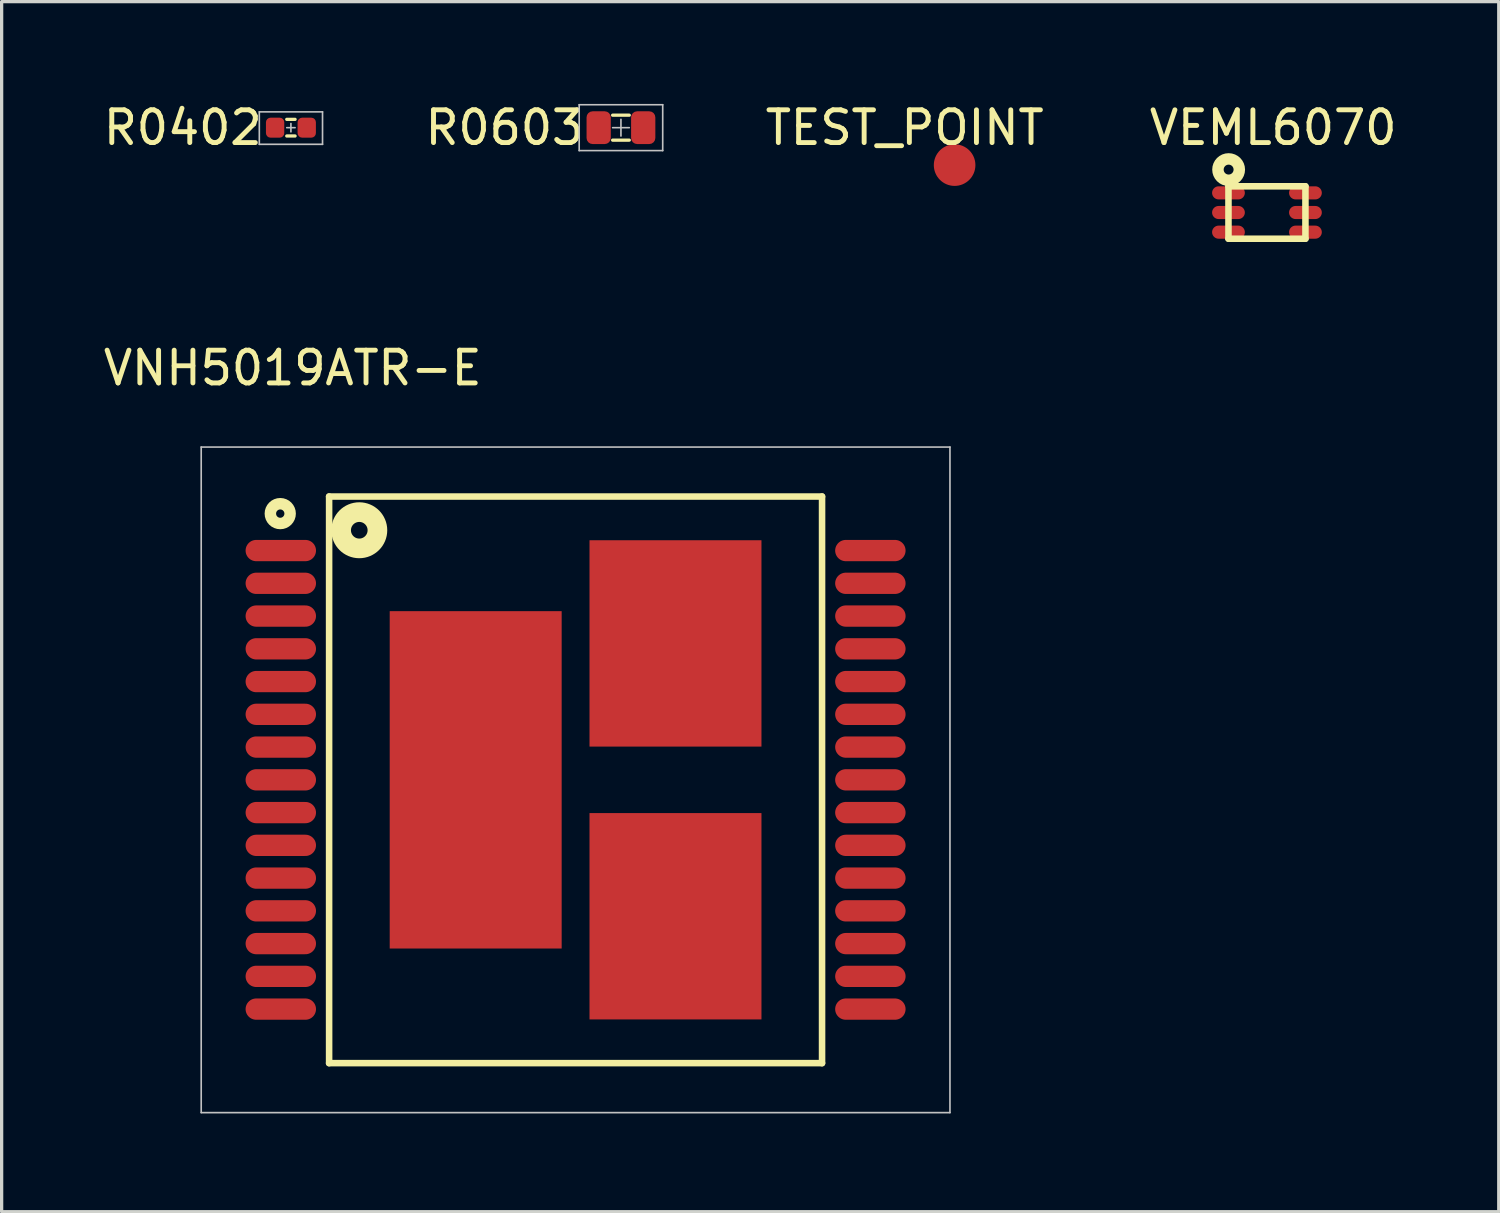
<source format=kicad_pcb>
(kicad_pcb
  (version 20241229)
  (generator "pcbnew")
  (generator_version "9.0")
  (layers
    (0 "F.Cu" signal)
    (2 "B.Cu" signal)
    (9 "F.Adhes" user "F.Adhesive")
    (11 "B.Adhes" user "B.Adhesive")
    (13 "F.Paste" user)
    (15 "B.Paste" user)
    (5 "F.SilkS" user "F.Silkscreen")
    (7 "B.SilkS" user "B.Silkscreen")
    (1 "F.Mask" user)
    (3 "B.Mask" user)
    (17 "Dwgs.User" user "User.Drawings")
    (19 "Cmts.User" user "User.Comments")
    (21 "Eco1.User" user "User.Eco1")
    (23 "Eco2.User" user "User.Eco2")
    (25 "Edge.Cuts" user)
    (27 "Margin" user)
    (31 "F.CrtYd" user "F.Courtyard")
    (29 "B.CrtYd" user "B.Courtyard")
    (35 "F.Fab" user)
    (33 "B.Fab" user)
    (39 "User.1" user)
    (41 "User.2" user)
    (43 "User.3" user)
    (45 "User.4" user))
  (footprint "VEML6070"
    (layer "F.Cu")
    (at 35.631 3.438)
    (property "Reference" "VEML6070" (at 0.19 -2.59 0) (layer "F.SilkS") (effects (font (size 1 1) (thickness 0.15))))
    (attr through_hole)
    (fp_line (start -1.175 -0.8) (end -1.175 0.8) (stroke (width 0.2) (type solid)) (layer "F.SilkS"))
    (fp_line (start -1.175 -0.8) (end 1.175 -0.8) (stroke (width 0.2) (type solid)) (layer "F.SilkS"))
    (fp_line (start -1.175 0.8) (end 1.175 0.8) (stroke (width 0.2) (type solid)) (layer "F.SilkS"))
    (fp_line (start 1.175 -0.8) (end 1.175 0.8) (stroke (width 0.2) (type solid)) (layer "F.SilkS"))
    (fp_circle (center -1.17 -1.31) (end -1.19 -1.16) (stroke (width 0.35) (type solid)) (fill no) (layer "F.SilkS"))
    (pad "1" smd oval (at -1.175 -0.6) (size 1 0.4) (layers "F.Cu" "F.Mask" "F.Paste"))
    (pad "2" smd oval (at -1.175 0) (size 1 0.4) (layers "F.Cu" "F.Mask" "F.Paste"))
    (pad "3" smd oval (at -1.175 0.6) (size 1 0.4) (layers "F.Cu" "F.Mask" "F.Paste"))
    (pad "4" smd oval (at 1.175 0.6) (size 1 0.4) (layers "F.Cu" "F.Mask" "F.Paste"))
    (pad "5" smd oval (at 1.175 0) (size 1 0.4) (layers "F.Cu" "F.Mask" "F.Paste"))
    (pad "6" smd oval (at 1.175 -0.6) (size 1 0.4) (layers "F.Cu" "F.Mask" "F.Paste")))
  (footprint "R0603"
    (layer "F.Cu")
    (at 15.908 0.848)
    (property "Reference" "R0603" (at -3.556 0 0) (layer "F.SilkS") (effects (font (size 1 1) (thickness 0.15))))
    (attr through_hole)
    (fp_line (start -0.254 -0.381) (end 0.254 -0.381) (stroke (width 0.1) (type solid)) (layer "F.SilkS"))
    (fp_line (start -0.254 0.381) (end 0.254 0.381) (stroke (width 0.1) (type solid)) (layer "F.SilkS"))
    (fp_line (start -1.275 -0.7) (end -1.275 0.7) (stroke (width 0.05) (type solid)) (layer "Dwgs.User"))
    (fp_line (start -1.275 0.7) (end 1.275 0.7) (stroke (width 0.05) (type solid)) (layer "Dwgs.User"))
    (fp_line (start 0 -0.254) (end 0 0.254) (stroke (width 0.05) (type solid)) (layer "Dwgs.User"))
    (fp_line (start 0.254 0) (end -0.254 0) (stroke (width 0.05) (type solid)) (layer "Dwgs.User"))
    (fp_line (start 1.275 -0.7) (end -1.275 -0.7) (stroke (width 0.05) (type solid)) (layer "Dwgs.User"))
    (fp_line (start 1.275 0.7) (end 1.275 -0.7) (stroke (width 0.05) (type solid)) (layer "Dwgs.User"))
    (fp_line (start -0.8 -0.4) (end 0.8 -0.4) (stroke (width 0.05) (type solid)) (layer "Eco1.User"))
    (fp_line (start -0.8 0.4) (end -0.8 -0.4) (stroke (width 0.05) (type solid)) (layer "Eco1.User"))
    (fp_line (start 0.8 -0.4) (end 0.8 0.4) (stroke (width 0.05) (type solid)) (layer "Eco1.User"))
    (fp_line (start 0.8 0.4) (end -0.8 0.4) (stroke (width 0.05) (type solid)) (layer "Eco1.User"))
    (pad "1" smd roundrect (at -0.68 0) (size 0.74 1) (layers "F.Cu" "F.Mask" "F.Paste") (roundrect_rratio 0.25))
    (pad "2" smd roundrect (at 0.68 0) (size 0.74 1) (layers "F.Cu" "F.Mask" "F.Paste") (roundrect_rratio 0.25)))
  (footprint "TEST_POINT"
    (layer "F.Cu")
    (at 26.095 1.991)
    (property "Reference" "TEST_POINT" (at -1.524 -1.143 0) (layer "F.SilkS") (effects (font (size 1 1) (thickness 0.15))))
    (attr through_hole)
    (pad "1" smd circle (at 0 0) (size 1.27 1.27) (layers "F.Cu" "F.Mask" "F.Paste")))
  (footprint "VNH5019ATR-E"
    (layer "F.Cu")
    (at 14.523 20.759)
    (property "Reference" "VNH5019ATR-E" (at -8.636 -12.573 0) (layer "F.SilkS") (effects (font (size 1 1) (thickness 0.15))))
    (attr through_hole)
    (fp_line (start -7.525 -8.65) (end -7.525 8.65) (stroke (width 0.2) (type solid)) (layer "F.SilkS"))
    (fp_line (start -7.525 8.65) (end 7.525 8.65) (stroke (width 0.2) (type solid)) (layer "F.SilkS"))
    (fp_line (start 7.525 -8.65) (end -7.525 -8.65) (stroke (width 0.2) (type solid)) (layer "F.SilkS"))
    (fp_line (start 7.525 8.65) (end 7.525 -8.65) (stroke (width 0.2) (type solid)) (layer "F.SilkS"))
    (fp_circle (center -9.017 -8.128) (end -9.017 -8.255) (stroke (width 0.35) (type solid)) (fill no) (layer "F.SilkS"))
    (fp_circle (center -6.604 -7.62) (end -6.604 -7.366) (stroke (width 0.6) (type solid)) (fill no) (layer "F.SilkS"))
    (fp_line (start -11.43 -10.16) (end 11.43 -10.16) (stroke (width 0.05) (type solid)) (layer "Dwgs.User"))
    (fp_line (start -11.43 10.16) (end -11.43 -10.16) (stroke (width 0.05) (type solid)) (layer "Dwgs.User"))
    (fp_line (start 11.43 -10.16) (end 11.43 10.16) (stroke (width 0.05) (type solid)) (layer "Dwgs.User"))
    (fp_line (start 11.43 10.16) (end -11.43 10.16) (stroke (width 0.05) (type solid)) (layer "Dwgs.User"))
    (pad "1" smd oval (at -9 -7 90) (size 0.65 2.15) (layers "F.Cu" "F.Mask" "F.Paste"))
    (pad "2" smd oval (at -9 -6 90) (size 0.65 2.15) (layers "F.Cu" "F.Mask" "F.Paste"))
    (pad "3" smd oval (at -9 -5 90) (size 0.65 2.15) (layers "F.Cu" "F.Mask" "F.Paste"))
    (pad "4" smd oval (at -9 -4 90) (size 0.65 2.15) (layers "F.Cu" "F.Mask" "F.Paste"))
    (pad "5" smd oval (at -9 -3 90) (size 0.65 2.15) (layers "F.Cu" "F.Mask" "F.Paste"))
    (pad "6" smd oval (at -9 -2 90) (size 0.65 2.15) (layers "F.Cu" "F.Mask" "F.Paste"))
    (pad "7" smd oval (at -9 -1 90) (size 0.65 2.15) (layers "F.Cu" "F.Mask" "F.Paste"))
    (pad "8" smd oval (at -9 0 90) (size 0.65 2.15) (layers "F.Cu" "F.Mask" "F.Paste"))
    (pad "9" smd oval (at -9 1 90) (size 0.65 2.15) (layers "F.Cu" "F.Mask" "F.Paste"))
    (pad "10" smd oval (at -9 2 90) (size 0.65 2.15) (layers "F.Cu" "F.Mask" "F.Paste"))
    (pad "11" smd oval (at -9 3 90) (size 0.65 2.15) (layers "F.Cu" "F.Mask" "F.Paste"))
    (pad "12" smd oval (at -9 4 90) (size 0.65 2.15) (layers "F.Cu" "F.Mask" "F.Paste"))
    (pad "13" smd oval (at -9 5 90) (size 0.65 2.15) (layers "F.Cu" "F.Mask" "F.Paste"))
    (pad "14" smd oval (at -9 6 90) (size 0.65 2.15) (layers "F.Cu" "F.Mask" "F.Paste"))
    (pad "15" smd oval (at -9 7 90) (size 0.65 2.15) (layers "F.Cu" "F.Mask" "F.Paste"))
    (pad "16" smd oval (at 9 7 90) (size 0.65 2.15) (layers "F.Cu" "F.Mask" "F.Paste"))
    (pad "17" smd oval (at 9 6 90) (size 0.65 2.15) (layers "F.Cu" "F.Mask" "F.Paste"))
    (pad "18" smd oval (at 9 5 90) (size 0.65 2.15) (layers "F.Cu" "F.Mask" "F.Paste"))
    (pad "19" smd oval (at 9 4 90) (size 0.65 2.15) (layers "F.Cu" "F.Mask" "F.Paste"))
    (pad "20" smd oval (at 9 3 90) (size 0.65 2.15) (layers "F.Cu" "F.Mask" "F.Paste"))
    (pad "21" smd oval (at 9 2 90) (size 0.65 2.15) (layers "F.Cu" "F.Mask" "F.Paste"))
    (pad "22" smd oval (at 9 1 90) (size 0.65 2.15) (layers "F.Cu" "F.Mask" "F.Paste"))
    (pad "23" smd oval (at 9 0 90) (size 0.65 2.15) (layers "F.Cu" "F.Mask" "F.Paste"))
    (pad "24" smd oval (at 9 -1 90) (size 0.65 2.15) (layers "F.Cu" "F.Mask" "F.Paste"))
    (pad "25" smd oval (at 9 -2 90) (size 0.65 2.15) (layers "F.Cu" "F.Mask" "F.Paste"))
    (pad "26" smd oval (at 9 -3 90) (size 0.65 2.15) (layers "F.Cu" "F.Mask" "F.Paste"))
    (pad "27" smd oval (at 9 -4 90) (size 0.65 2.15) (layers "F.Cu" "F.Mask" "F.Paste"))
    (pad "28" smd oval (at 9 -5 90) (size 0.65 2.15) (layers "F.Cu" "F.Mask" "F.Paste"))
    (pad "29" smd oval (at 9 -6 90) (size 0.65 2.15) (layers "F.Cu" "F.Mask" "F.Paste"))
    (pad "30" smd oval (at 9 -7 90) (size 0.65 2.15) (layers "F.Cu" "F.Mask" "F.Paste"))
    (pad "31" smd rect (at -3.05 0 90) (size 10.3 5.25) (layers "F.Cu" "F.Mask" "F.Paste"))
    (pad "32" smd rect (at 3.05 4.165 90) (size 6.3 5.25) (layers "F.Cu" "F.Mask" "F.Paste"))
    (pad "33" smd rect (at 3.05 -4.165 90) (size 6.3 5.25) (layers "F.Cu" "F.Mask" "F.Paste")))
  (footprint "R0402"
    (layer "F.Cu")
    (at 5.832 0.848)
    (property "Reference" "R0402" (at -3.302 0 0) (layer "F.SilkS") (effects (font (size 1 1) (thickness 0.15))))
    (attr through_hole)
    (fp_line (start -0.127 -0.254) (end 0.127 -0.254) (stroke (width 0.1) (type solid)) (layer "F.SilkS"))
    (fp_line (start -0.127 0.254) (end 0.127 0.254) (stroke (width 0.1) (type solid)) (layer "F.SilkS"))
    (fp_line (start -0.965 -0.483) (end -0.965 0.508) (stroke (width 0.05) (type solid)) (layer "Dwgs.User"))
    (fp_line (start -0.965 -0.483) (end 0.965 -0.483) (stroke (width 0.05) (type solid)) (layer "Dwgs.User"))
    (fp_line (start -0.965 0.508) (end 0.965 0.508) (stroke (width 0.05) (type solid)) (layer "Dwgs.User"))
    (fp_line (start -0.127 0) (end 0.127 0) (stroke (width 0.05) (type solid)) (layer "Dwgs.User"))
    (fp_line (start 0 -0.127) (end 0 0.127) (stroke (width 0.05) (type solid)) (layer "Dwgs.User"))
    (fp_line (start 0.965 -0.483) (end 0.965 0.508) (stroke (width 0.05) (type solid)) (layer "Dwgs.User"))
    (fp_line (start -0.5 -0.29) (end -0.5 0.29) (stroke (width 0.05) (type solid)) (layer "Eco1.User"))
    (fp_line (start -0.5 0.29) (end 0.5 0.29) (stroke (width 0.05) (type solid)) (layer "Eco1.User"))
    (fp_line (start 0.5 -0.29) (end -0.5 -0.29) (stroke (width 0.05) (type solid)) (layer "Eco1.User"))
    (fp_line (start 0.5 0.29) (end 0.5 -0.29) (stroke (width 0.05) (type solid)) (layer "Eco1.User"))
    (pad "1" smd roundrect (at -0.483 0) (size 0.559 0.61) (layers "F.Cu" "F.Mask" "F.Paste") (roundrect_rratio 0.25))
    (pad "2" smd roundrect (at 0.483 0) (size 0.559 0.61) (layers "F.Cu" "F.Mask" "F.Paste") (roundrect_rratio 0.25)))
  (gr_rect
    (start -3 -3)
    (end 42.708 33.944)
    (stroke (width 0.1) (type default))
    (fill no)
    (layer "Edge.Cuts")))
</source>
